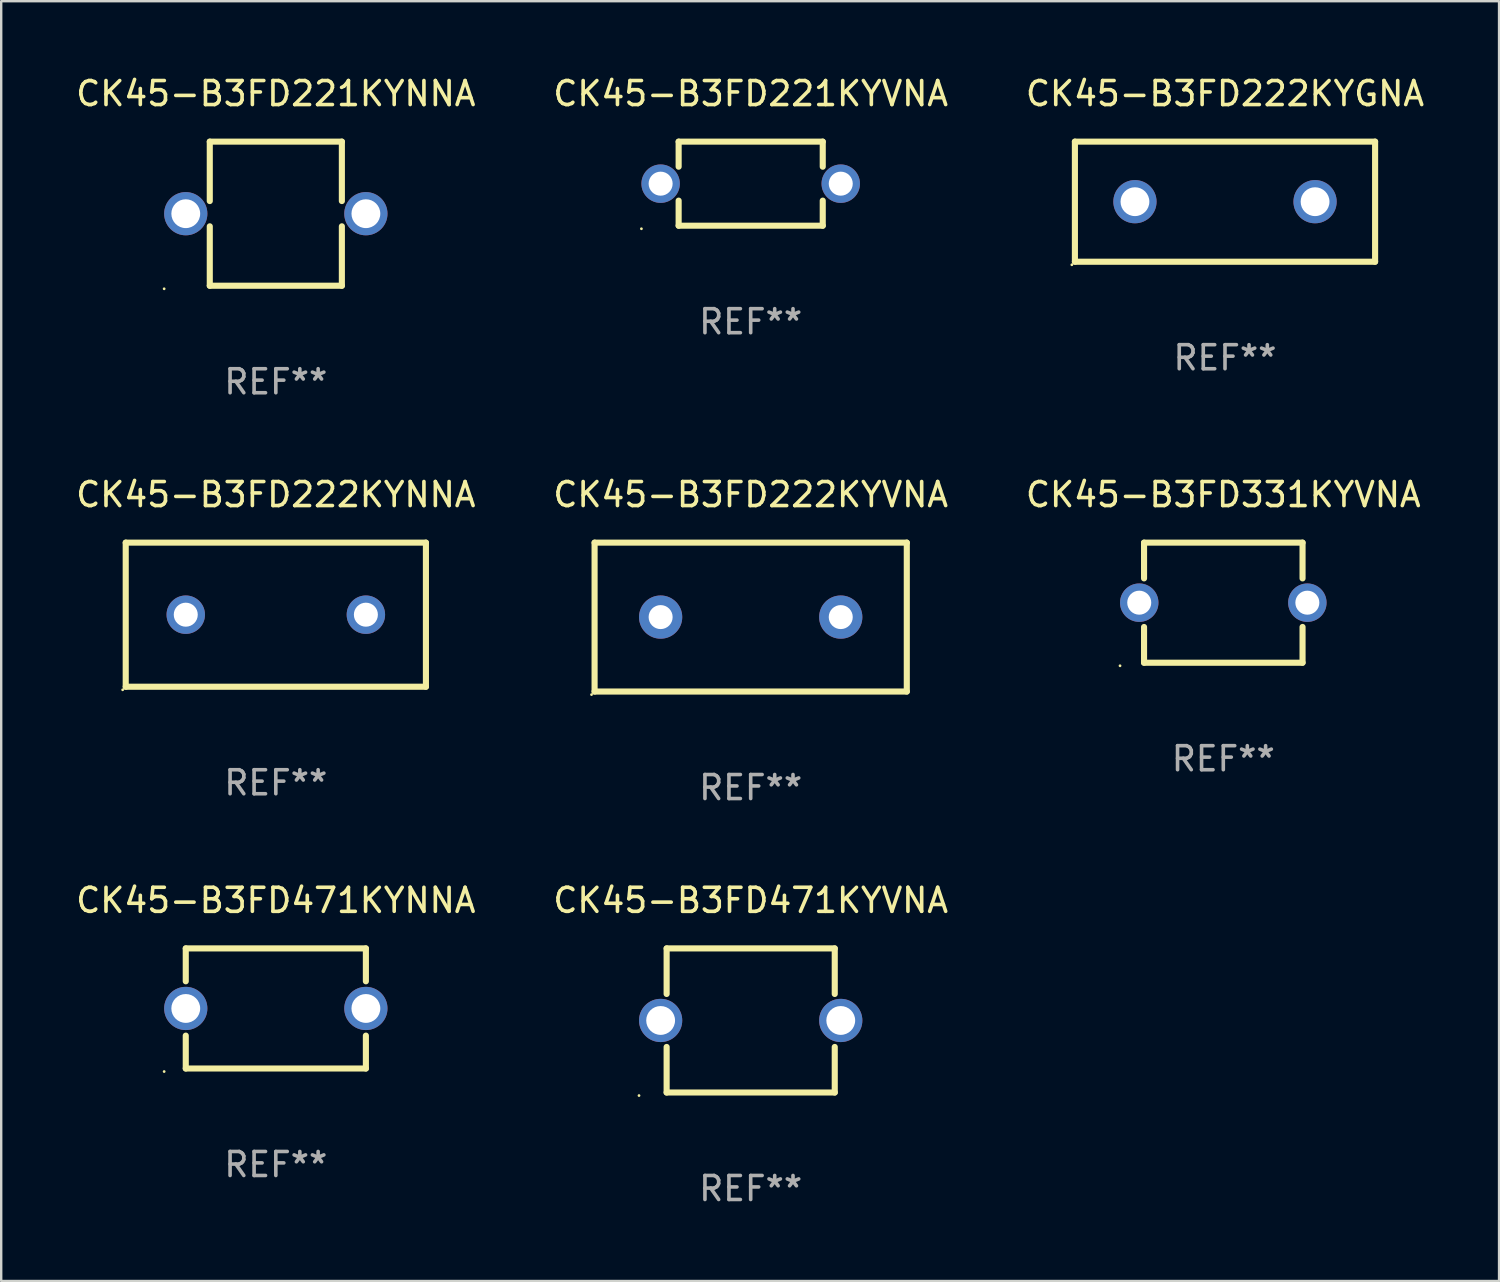
<source format=kicad_pcb>
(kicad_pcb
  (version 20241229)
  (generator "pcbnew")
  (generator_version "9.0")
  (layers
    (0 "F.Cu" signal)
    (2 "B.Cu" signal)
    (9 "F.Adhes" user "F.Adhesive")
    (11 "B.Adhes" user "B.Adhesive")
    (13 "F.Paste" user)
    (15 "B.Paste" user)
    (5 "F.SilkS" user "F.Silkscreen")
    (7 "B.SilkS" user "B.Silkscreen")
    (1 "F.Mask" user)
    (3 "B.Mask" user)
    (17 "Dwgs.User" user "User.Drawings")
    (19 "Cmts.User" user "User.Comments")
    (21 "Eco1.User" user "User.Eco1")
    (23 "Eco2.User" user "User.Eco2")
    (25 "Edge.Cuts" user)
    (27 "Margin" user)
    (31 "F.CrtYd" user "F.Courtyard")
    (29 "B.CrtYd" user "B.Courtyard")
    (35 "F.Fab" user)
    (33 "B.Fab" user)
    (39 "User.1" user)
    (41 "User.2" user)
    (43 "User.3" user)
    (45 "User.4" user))
  (footprint "CK45-B3FD471KYNNA"
    (layer "F.Cu")
    (at 8.435 38.941)
    (property "Reference" "CK45-B3FD471KYNNA" (at 0 -4.5 0) (layer "F.SilkS") (effects (font (size 1 1) (thickness 0.15))))
    (attr through_hole)
    (fp_line (start -3.75 -2.5) (end -3.75 -1.131) (stroke (width 0.254) (type solid)) (layer "F.SilkS"))
    (fp_line (start -3.75 -2.5) (end 3.75 -2.5) (stroke (width 0.254) (type solid)) (layer "F.SilkS"))
    (fp_line (start -3.75 1.131) (end -3.75 2.5) (stroke (width 0.254) (type solid)) (layer "F.SilkS"))
    (fp_line (start 3.75 -2.5) (end 3.75 -1.131) (stroke (width 0.254) (type solid)) (layer "F.SilkS"))
    (fp_line (start 3.75 1.131) (end 3.75 2.5) (stroke (width 0.254) (type solid)) (layer "F.SilkS"))
    (fp_line (start 3.75 2.5) (end -3.75 2.5) (stroke (width 0.254) (type solid)) (layer "F.SilkS"))
    (fp_circle (center -4.65 2.627) (end -4.62 2.627) (stroke (width 0.06) (type solid)) (fill no) (layer "F.SilkS"))
    (fp_text user "REF**" (at 0 6.5 0) (layer "F.Fab") (effects (font (size 1 1) (thickness 0.15))))
    (pad "1" thru_hole circle (at -3.75 0) (size 1.8 1.8) (drill 1.2) (layers "*.Cu" "*.Mask"))
    (pad "2" thru_hole circle (at 3.75 0) (size 1.8 1.8) (drill 1.2) (layers "*.Cu" "*.Mask")))
  (footprint "CK45-B3FD222KYNNA"
    (layer "F.Cu")
    (at 8.435 22.545)
    (property "Reference" "CK45-B3FD222KYNNA" (at 0 -5 0) (layer "F.SilkS") (effects (font (size 1 1) (thickness 0.15))))
    (attr through_hole)
    (fp_line (start -6.25 -3) (end 6.25 -3) (stroke (width 0.254) (type solid)) (layer "F.SilkS"))
    (fp_line (start -6.25 3) (end -6.25 -3) (stroke (width 0.254) (type solid)) (layer "F.SilkS"))
    (fp_line (start 6.25 -3) (end 6.25 3) (stroke (width 0.254) (type solid)) (layer "F.SilkS"))
    (fp_line (start 6.25 3) (end -6.25 3) (stroke (width 0.254) (type solid)) (layer "F.SilkS"))
    (fp_circle (center -6.377 3.127) (end -6.347 3.127) (stroke (width 0.06) (type solid)) (fill no) (layer "F.SilkS"))
    (fp_text user "REF**" (at 0 7 0) (layer "F.Fab") (effects (font (size 1 1) (thickness 0.15))))
    (pad "1" thru_hole circle (at -3.75 0) (size 1.6 1.6) (drill 1) (layers "*.Cu" "*.Mask"))
    (pad "2" thru_hole circle (at 3.75 0) (size 1.6 1.6) (drill 1) (layers "*.Cu" "*.Mask")))
  (footprint "CK45-B3FD221KYNNA"
    (layer "F.Cu")
    (at 8.435 5.848)
    (property "Reference" "CK45-B3FD221KYNNA" (at 0 -5 0) (layer "F.SilkS") (effects (font (size 1 1) (thickness 0.15))))
    (attr through_hole)
    (fp_line (start -2.75 -3) (end -2.75 -0.526) (stroke (width 0.254) (type solid)) (layer "F.SilkS"))
    (fp_line (start -2.75 -3) (end 2.75 -3) (stroke (width 0.254) (type solid)) (layer "F.SilkS"))
    (fp_line (start -2.75 0.526) (end -2.75 3) (stroke (width 0.254) (type solid)) (layer "F.SilkS"))
    (fp_line (start 2.75 -3) (end 2.75 -0.526) (stroke (width 0.254) (type solid)) (layer "F.SilkS"))
    (fp_line (start 2.75 0.526) (end 2.75 3) (stroke (width 0.254) (type solid)) (layer "F.SilkS"))
    (fp_line (start 2.75 3) (end -2.75 3) (stroke (width 0.254) (type solid)) (layer "F.SilkS"))
    (fp_circle (center -4.65 3.127) (end -4.62 3.127) (stroke (width 0.06) (type solid)) (fill no) (layer "F.SilkS"))
    (fp_text user "REF**" (at 0 7 0) (layer "F.Fab") (effects (font (size 1 1) (thickness 0.15))))
    (pad "1" thru_hole circle (at -3.75 0) (size 1.8 1.8) (drill 1.2) (layers "*.Cu" "*.Mask"))
    (pad "2" thru_hole circle (at 3.75 0) (size 1.8 1.8) (drill 1.2) (layers "*.Cu" "*.Mask")))
  (footprint "CK45-B3FD222KYVNA"
    (layer "F.Cu")
    (at 28.208 22.645)
    (property "Reference" "CK45-B3FD222KYVNA" (at 0 -5.1 0) (layer "F.SilkS") (effects (font (size 1 1) (thickness 0.15))))
    (attr through_hole)
    (fp_line (start -6.5 -3.1) (end -6.5 3.1) (stroke (width 0.254) (type solid)) (layer "F.SilkS"))
    (fp_line (start -6.5 -3.1) (end 6.5 -3.1) (stroke (width 0.254) (type solid)) (layer "F.SilkS"))
    (fp_line (start -6.5 3.1) (end 6.5 3.1) (stroke (width 0.254) (type solid)) (layer "F.SilkS"))
    (fp_line (start 6.5 -3.1) (end 6.5 3.1) (stroke (width 0.254) (type solid)) (layer "F.SilkS"))
    (fp_circle (center -6.627 3.227) (end -6.597 3.227) (stroke (width 0.06) (type solid)) (fill no) (layer "F.SilkS"))
    (fp_text user "REF**" (at 0 7.1 0) (layer "F.Fab") (effects (font (size 1 1) (thickness 0.15))))
    (pad "1" thru_hole circle (at -3.75 0) (size 1.8 1.8) (drill 1) (layers "*.Cu" "*.Mask"))
    (pad "2" thru_hole circle (at 3.75 0) (size 1.8 1.8) (drill 1) (layers "*.Cu" "*.Mask")))
  (footprint "CK45-B3FD471KYVNA"
    (layer "F.Cu")
    (at 28.208 39.441)
    (property "Reference" "CK45-B3FD471KYVNA" (at 0 -5 0) (layer "F.SilkS") (effects (font (size 1 1) (thickness 0.15))))
    (attr through_hole)
    (fp_line (start -3.5 -3) (end -3.5 -1.103) (stroke (width 0.254) (type solid)) (layer "F.SilkS"))
    (fp_line (start -3.5 -3) (end 3.5 -3) (stroke (width 0.254) (type solid)) (layer "F.SilkS"))
    (fp_line (start -3.5 1.103) (end -3.5 3) (stroke (width 0.254) (type solid)) (layer "F.SilkS"))
    (fp_line (start 3.5 -3) (end 3.5 -1.103) (stroke (width 0.254) (type solid)) (layer "F.SilkS"))
    (fp_line (start 3.5 1.103) (end 3.5 3) (stroke (width 0.254) (type solid)) (layer "F.SilkS"))
    (fp_line (start 3.5 3) (end -3.5 3) (stroke (width 0.254) (type solid)) (layer "F.SilkS"))
    (fp_circle (center -4.65 3.127) (end -4.62 3.127) (stroke (width 0.06) (type solid)) (fill no) (layer "F.SilkS"))
    (fp_text user "REF**" (at 0 7 0) (layer "F.Fab") (effects (font (size 1 1) (thickness 0.15))))
    (pad "1" thru_hole circle (at -3.75 0) (size 1.8 1.8) (drill 1.2) (layers "*.Cu" "*.Mask"))
    (pad "2" thru_hole circle (at 3.75 0) (size 1.8 1.8) (drill 1.2) (layers "*.Cu" "*.Mask")))
  (footprint "CK45-B3FD331KYVNA"
    (layer "F.Cu")
    (at 47.887 22.045)
    (property "Reference" "CK45-B3FD331KYVNA" (at 0 -4.5 0) (layer "F.SilkS") (effects (font (size 1 1) (thickness 0.15))))
    (attr through_hole)
    (fp_line (start -3.3 -2.5) (end -3.3 -1.012) (stroke (width 0.254) (type solid)) (layer "F.SilkS"))
    (fp_line (start -3.3 -2.5) (end 3.3 -2.5) (stroke (width 0.254) (type solid)) (layer "F.SilkS"))
    (fp_line (start -3.3 1.012) (end -3.3 2.5) (stroke (width 0.254) (type solid)) (layer "F.SilkS"))
    (fp_line (start 3.3 -2.5) (end 3.3 -1.011) (stroke (width 0.254) (type solid)) (layer "F.SilkS"))
    (fp_line (start 3.3 1.011) (end 3.3 2.5) (stroke (width 0.254) (type solid)) (layer "F.SilkS"))
    (fp_line (start 3.3 2.5) (end -3.3 2.5) (stroke (width 0.254) (type solid)) (layer "F.SilkS"))
    (fp_circle (center -4.3 2.627) (end -4.27 2.627) (stroke (width 0.06) (type solid)) (fill no) (layer "F.SilkS"))
    (fp_text user "REF**" (at 0 6.5 0) (layer "F.Fab") (effects (font (size 1 1) (thickness 0.15))))
    (pad "1" thru_hole circle (at -3.5 0) (size 1.6 1.6) (drill 1) (layers "*.Cu" "*.Mask"))
    (pad "2" thru_hole circle (at 3.5 0) (size 1.6 1.6) (drill 1) (layers "*.Cu" "*.Mask")))
  (footprint "CK45-B3FD221KYVNA"
    (layer "F.Cu")
    (at 28.208 4.598)
    (property "Reference" "CK45-B3FD221KYVNA" (at 0 -3.75 0) (layer "F.SilkS") (effects (font (size 1 1) (thickness 0.15))))
    (attr through_hole)
    (fp_line (start -3 -1.75) (end -3 -0.706) (stroke (width 0.254) (type solid)) (layer "F.SilkS"))
    (fp_line (start -3 -1.75) (end 3 -1.75) (stroke (width 0.254) (type solid)) (layer "F.SilkS"))
    (fp_line (start -3 0.706) (end -3 1.75) (stroke (width 0.254) (type solid)) (layer "F.SilkS"))
    (fp_line (start 3 -1.75) (end 3 -0.706) (stroke (width 0.254) (type solid)) (layer "F.SilkS"))
    (fp_line (start 3 0.706) (end 3 1.75) (stroke (width 0.254) (type solid)) (layer "F.SilkS"))
    (fp_line (start 3 1.75) (end -3 1.75) (stroke (width 0.254) (type solid)) (layer "F.SilkS"))
    (fp_circle (center -4.55 1.877) (end -4.52 1.877) (stroke (width 0.06) (type solid)) (fill no) (layer "F.SilkS"))
    (fp_text user "REF**" (at 0 5.75 0) (layer "F.Fab") (effects (font (size 1 1) (thickness 0.15))))
    (pad "1" thru_hole circle (at -3.75 -0.000025) (size 1.6 1.6) (drill 1) (layers "*.Cu" "*.Mask"))
    (pad "2" thru_hole circle (at 3.75 -0.000025) (size 1.6 1.6) (drill 1) (layers "*.Cu" "*.Mask")))
  (footprint "CK45-B3FD222KYGNA"
    (layer "F.Cu")
    (at 47.958 5.348)
    (property "Reference" "CK45-B3FD222KYGNA" (at 0 -4.5 0) (layer "F.SilkS") (effects (font (size 1 1) (thickness 0.15))))
    (attr through_hole)
    (fp_line (start -6.25 -2.5) (end 6.25 -2.5) (stroke (width 0.254) (type solid)) (layer "F.SilkS"))
    (fp_line (start -6.25 2.5) (end -6.25 -2.5) (stroke (width 0.254) (type solid)) (layer "F.SilkS"))
    (fp_line (start 6.25 -2.5) (end 6.25 2.5) (stroke (width 0.254) (type solid)) (layer "F.SilkS"))
    (fp_line (start 6.25 2.5) (end -6.25 2.5) (stroke (width 0.254) (type solid)) (layer "F.SilkS"))
    (fp_circle (center -6.377 2.627) (end -6.347 2.627) (stroke (width 0.06) (type solid)) (fill no) (layer "F.SilkS"))
    (fp_text user "REF**" (at 0 6.5 0) (layer "F.Fab") (effects (font (size 1 1) (thickness 0.15))))
    (pad "1" thru_hole circle (at -3.75 0) (size 1.8 1.8) (drill 1.2) (layers "*.Cu" "*.Mask"))
    (pad "2" thru_hole circle (at 3.75 0) (size 1.8 1.8) (drill 1.2) (layers "*.Cu" "*.Mask")))
  (gr_rect
    (start -3 -3)
    (end 59.369 50.289)
    (stroke (width 0.1) (type default))
    (fill no)
    (layer "Edge.Cuts")))
</source>
